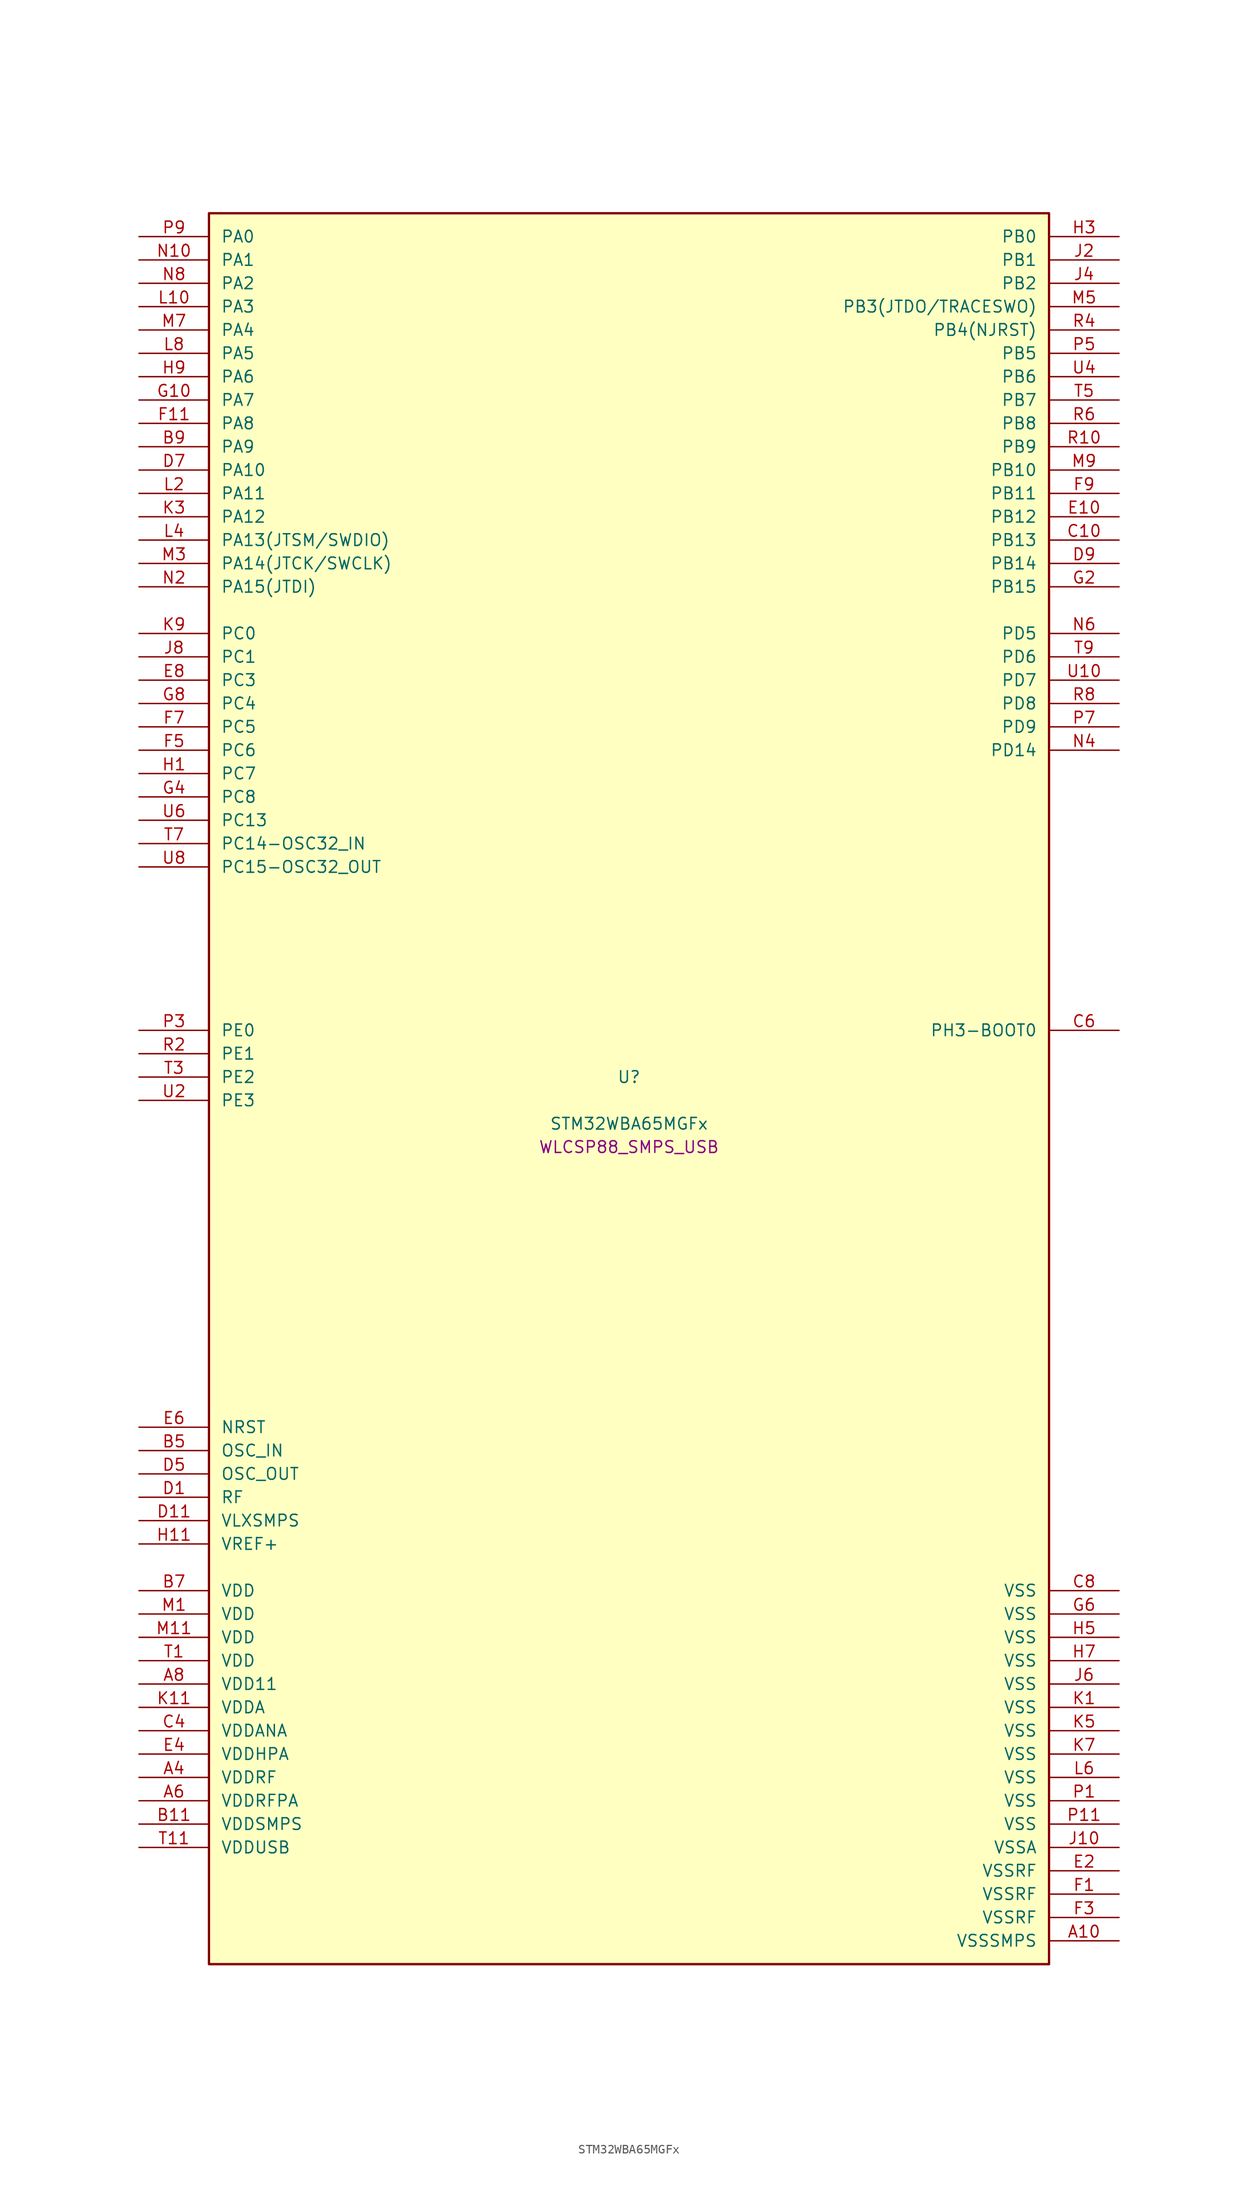
<source format=kicad_sym>
(kicad_symbol_lib
  (version 20241209)
  (generator "stm32_pkl_generator")
  (generator_version "1.0")
  (symbol "STM32WBA65MGFx"
    (pin_names
      (offset 1.27))
    (property "Reference" "U"
      (at 0 2.54 0))
    (property "Value" "STM32WBA65MGFx"
      (at 0 -2.54 0))
    (property "Footprint" "WLCSP88_SMPS_USB"
      (at 0 -5.08 0))
    (symbol "STM32WBA65MGFx_1_1"
      (rectangle (start -45.72 96.52) (end 45.72 -93.98) (stroke (width 0.254) (type solid)) (fill (type background)))
      (pin bidirectional line (at -53.34 93.98 0) (length 7.62) (name "PA0") (number "P9") (alternate "PA0/ADC4_IN9" bidirectional line) (alternate "PA0/COMP2_INP" bidirectional line) (alternate "PA0/LPTIM1_IN1" bidirectional line) (alternate "PA0/LPUART1_CTS" bidirectional line) (alternate "PA0/PWR_WKUP1" bidirectional line) (alternate "PA0/SPI3_SCK" bidirectional line) (alternate "PA0/TIM1_CH2N" bidirectional line) (alternate "PA0/TIM3_CH3" bidirectional line) (alternate "PA0/TIM3_ETR" bidirectional line) (alternate "PA0/TSC_G2_IO2" bidirectional line))
      (pin bidirectional line (at -53.34 91.44 0) (length 7.62) (name "PA1") (number "N10") (alternate "PA1/ADC4_IN8" bidirectional line) (alternate "PA1/COMP1_INM" bidirectional line) (alternate "PA1/LPTIM2_CH2" bidirectional line) (alternate "PA1/LPUART1_RX" bidirectional line) (alternate "PA1/PWR_WKUP3" bidirectional line) (alternate "PA1/SAI1_CK1" bidirectional line) (alternate "PA1/SPI1_RDY" bidirectional line) (alternate "PA1/SPI3_MISO" bidirectional line) (alternate "PA1/TIM17_CH1" bidirectional line) (alternate "PA1/TIM1_CH1N" bidirectional line) (alternate "PA1/TIM3_CH2" bidirectional line) (alternate "PA1/TSC_G2_IO1" bidirectional line) (alternate "PA1/USART1_CK" bidirectional line))
      (pin bidirectional line (at -53.34 88.9 0) (length 7.62) (name "PA2") (number "N8") (alternate "PA2/ADC4_IN7" bidirectional line) (alternate "PA2/COMP1_INP" bidirectional line) (alternate "PA2/LPUART1_TX" bidirectional line) (alternate "PA2/PWR_WKUP4" bidirectional line) (alternate "PA2/RCC_LSCO" bidirectional line) (alternate "PA2/SAI1_D1" bidirectional line) (alternate "PA2/TIM16_CH1" bidirectional line) (alternate "PA2/TIM1_BKIN" bidirectional line) (alternate "PA2/TIM3_CH1" bidirectional line) (alternate "PA2/TSC_G4_IO4" bidirectional line) (alternate "PA2/USART1_DE" bidirectional line) (alternate "PA2/USART1_RTS" bidirectional line))
      (pin bidirectional line (at -53.34 86.36 0) (length 7.62) (name "PA3") (number "L10") (alternate "PA3/ADC4_IN6" bidirectional line) (alternate "PA3/PWR_WKUP5" bidirectional line) (alternate "PA3/TIM16_CH1N" bidirectional line) (alternate "PA3/TSC_G4_IO2" bidirectional line) (alternate "PA3/USART1_DE" bidirectional line) (alternate "PA3/USART1_RTS" bidirectional line))
      (pin bidirectional line (at -53.34 83.82 0) (length 7.62) (name "PA4") (number "M7") (alternate "PA4/ADC4_IN5" bidirectional line) (alternate "PA4/AUDIOCLK" bidirectional line) (alternate "PA4/PWR_WKUP2" bidirectional line) (alternate "PA4/TAMP_IN6" bidirectional line) (alternate "PA4/TAMP_OUT3" bidirectional line) (alternate "PA4/TIM16_CH1" bidirectional line) (alternate "PA4/TSC_G4_IO1" bidirectional line) (alternate "PA4/USART1_CTS" bidirectional line))
      (pin bidirectional line (at -53.34 81.28 0) (length 7.62) (name "PA5") (number "L8") (alternate "PA5/ADC4_IN4" bidirectional line) (alternate "PA5/AUDIOCLK" bidirectional line) (alternate "PA5/LPTIM2_ETR" bidirectional line) (alternate "PA5/PWR_CSLEEP" bidirectional line) (alternate "PA5/PWR_WKUP6" bidirectional line) (alternate "PA5/SAI1_D2" bidirectional line) (alternate "PA5/SPI3_NSS" bidirectional line) (alternate "PA5/TIM2_CH1" bidirectional line) (alternate "PA5/TIM2_ETR" bidirectional line) (alternate "PA5/TSC_G1_IO4" bidirectional line) (alternate "PA5/USART1_CK" bidirectional line) (alternate "PA5/USART3_RX" bidirectional line))
      (pin bidirectional line (at -53.34 78.74 0) (length 7.62) (name "PA6") (number "H9") (alternate "PA6/ADC4_IN3" bidirectional line) (alternate "PA6/I2C3_SCL" bidirectional line) (alternate "PA6/PWR_CSTOP" bidirectional line) (alternate "PA6/PWR_WKUP7" bidirectional line) (alternate "PA6/SAI1_CK2" bidirectional line) (alternate "PA6/SAI1_MCLK_A" bidirectional line) (alternate "PA6/SPI3_RDY" bidirectional line) (alternate "PA6/TIM2_CH4" bidirectional line) (alternate "PA6/TSC_G1_IO3" bidirectional line) (alternate "PA6/USART1_DE" bidirectional line) (alternate "PA6/USART1_RTS" bidirectional line) (alternate "PA6/USART3_CTS" bidirectional line))
      (pin bidirectional line (at -53.34 76.2 0) (length 7.62) (name "PA7") (number "G10") (alternate "PA7/ADC4_IN2" bidirectional line) (alternate "PA7/COMP1_OUT" bidirectional line) (alternate "PA7/I2C3_SDA" bidirectional line) (alternate "PA7/PWR_WKUP8" bidirectional line) (alternate "PA7/SAI1_SCK_A" bidirectional line) (alternate "PA7/SPI3_SCK" bidirectional line) (alternate "PA7/TAMP_IN1" bidirectional line) (alternate "PA7/TAMP_OUT2" bidirectional line) (alternate "PA7/TIM2_CH3" bidirectional line) (alternate "PA7/TSC_G1_IO2" bidirectional line) (alternate "PA7/USART1_CTS" bidirectional line) (alternate "PA7/USART3_TX" bidirectional line))
      (pin bidirectional line (at -53.34 73.66 0) (length 7.62) (name "PA8") (number "F11") (alternate "PA8/ADC4_IN1" bidirectional line) (alternate "PA8/LPTIM1_CH2" bidirectional line) (alternate "PA8/RCC_MCO" bidirectional line) (alternate "PA8/SAI1_FS_A" bidirectional line) (alternate "PA8/SPI3_RDY" bidirectional line) (alternate "PA8/TIM2_CH2" bidirectional line) (alternate "PA8/TSC_G1_IO1" bidirectional line) (alternate "PA8/USART1_RX" bidirectional line) (alternate "PA8/USB_OTG_HS_SOF" bidirectional line))
      (pin bidirectional line (at -53.34 71.12 0) (length 7.62) (name "PA9") (number "B9") (alternate "PA9/LPUART1_DE" bidirectional line) (alternate "PA9/LPUART1_RTS" bidirectional line) (alternate "PA9/SAI1_CK1" bidirectional line) (alternate "PA9/SPI2_MISO" bidirectional line) (alternate "PA9/SPI2_SCK" bidirectional line) (alternate "PA9/TIM3_CH2" bidirectional line))
      (pin bidirectional line (at -53.34 68.58 0) (length 7.62) (name "PA10") (number "D7") (alternate "PA10/LPUART1_RX" bidirectional line) (alternate "PA10/SAI1_D1" bidirectional line) (alternate "PA10/SPI2_NSS" bidirectional line) (alternate "PA10/TIM3_CH1" bidirectional line))
      (pin bidirectional line (at -53.34 66.04 0) (length 7.62) (name "PA11") (number "L2") (alternate "PA11/LPTIM2_CH1" bidirectional line) (alternate "PA11/RF_ANTSW1" bidirectional line) (alternate "PA11/TIM1_CH1" bidirectional line) (alternate "PA11/USART2_RX" bidirectional line))
      (pin bidirectional line (at -53.34 63.5 0) (length 7.62) (name "PA12") (number "K3") (alternate "PA12/COMP2_OUT" bidirectional line) (alternate "PA12/PTA_STATUS" bidirectional line) (alternate "PA12/PWR_WKUP6" bidirectional line) (alternate "PA12/RF_ANTSW0" bidirectional line) (alternate "PA12/SPI1_NSS" bidirectional line) (alternate "PA12/TIM1_CH2" bidirectional line) (alternate "PA12/TSC_G3_IO4" bidirectional line) (alternate "PA12/USART2_TX" bidirectional line))
      (pin bidirectional line (at -53.34 60.96 0) (length 7.62) (name "PA13(JTSM/SWDIO)") (number "L4") (alternate "PA13(JTSM/SWDIO)/DEBUG_JTMS-SWDIO" bidirectional line) (alternate "PA13(JTSM/SWDIO)/IR_OUT" bidirectional line) (alternate "PA13(JTSM/SWDIO)/PTA_PRIORITY" bidirectional line))
      (pin bidirectional line (at -53.34 58.42 0) (length 7.62) (name "PA14(JTCK/SWCLK)") (number "M3") (alternate "PA14(JTCK/SWCLK)/COMP2_OUT" bidirectional line) (alternate "PA14(JTCK/SWCLK)/DEBUG_JTCK-SWCLK" bidirectional line) (alternate "PA14(JTCK/SWCLK)/I2C4_SMBA" bidirectional line) (alternate "PA14(JTCK/SWCLK)/PTA_STATUS" bidirectional line) (alternate "PA14(JTCK/SWCLK)/TAMP_IN3" bidirectional line) (alternate "PA14(JTCK/SWCLK)/TAMP_OUT6" bidirectional line) (alternate "PA14(JTCK/SWCLK)/USART2_TX" bidirectional line) (alternate "PA14(JTCK/SWCLK)/USB_OTG_HS_SOF" bidirectional line))
      (pin bidirectional line (at -53.34 55.88 0) (length 7.62) (name "PA15(JTDI)") (number "N2") (alternate "PA15(JTDI)/ADC4_EXTI15" bidirectional line) (alternate "PA15(JTDI)/DEBUG_JTDI" bidirectional line) (alternate "PA15(JTDI)/I2C1_SCL" bidirectional line) (alternate "PA15(JTDI)/LPTIM1_CH2" bidirectional line) (alternate "PA15(JTDI)/PTA_STATUS" bidirectional line) (alternate "PA15(JTDI)/SPI1_MOSI" bidirectional line) (alternate "PA15(JTDI)/TIM17_BKIN" bidirectional line) (alternate "PA15(JTDI)/TIM1_ETR" bidirectional line) (alternate "PA15(JTDI)/TSC_G3_IO3" bidirectional line) (alternate "PA15(JTDI)/USART2_DE" bidirectional line) (alternate "PA15(JTDI)/USART2_RTS" bidirectional line) (alternate "PA15(JTDI)/USART3_DE" bidirectional line) (alternate "PA15(JTDI)/USART3_RTS" bidirectional line))
      (pin bidirectional line (at 53.34 93.98 180) (length 7.62) (name "PB0") (number "H3") (alternate "PB0/LPTIM2_IN2" bidirectional line) (alternate "PB0/SPI2_MOSI" bidirectional line) (alternate "PB0/TIM1_CH3N" bidirectional line) (alternate "PB0/USART2_TX" bidirectional line) (alternate "PB0/USART3_CK" bidirectional line))
      (pin bidirectional line (at 53.34 91.44 180) (length 7.62) (name "PB1") (number "J2") (alternate "PB1/I2C1_SDA" bidirectional line) (alternate "PB1/I2C3_SDA" bidirectional line) (alternate "PB1/PWR_WKUP4" bidirectional line) (alternate "PB1/TIM1_CH2N" bidirectional line) (alternate "PB1/USART2_DE" bidirectional line) (alternate "PB1/USART2_RTS" bidirectional line) (alternate "PB1/USART3_DE" bidirectional line) (alternate "PB1/USART3_RTS" bidirectional line))
      (pin bidirectional line (at 53.34 88.9 180) (length 7.62) (name "PB2") (number "J4") (alternate "PB2/I2C1_SCL" bidirectional line) (alternate "PB2/I2C3_SCL" bidirectional line) (alternate "PB2/PWR_WKUP1" bidirectional line) (alternate "PB2/RF_ANTSW2" bidirectional line) (alternate "PB2/RTC_OUT2" bidirectional line) (alternate "PB2/TIM1_CH1N" bidirectional line) (alternate "PB2/USART2_CTS" bidirectional line))
      (pin bidirectional line (at 53.34 86.36 180) (length 7.62) (name "PB3(JTDO/TRACESWO)") (number "M5") (alternate "PB3(JTDO/TRACESWO)/DEBUG_JTDO-SWO" bidirectional line) (alternate "PB3(JTDO/TRACESWO)/I2C1_SDA" bidirectional line) (alternate "PB3(JTDO/TRACESWO)/LPTIM1_IN2" bidirectional line) (alternate "PB3(JTDO/TRACESWO)/PTA_ACTIVE" bidirectional line) (alternate "PB3(JTDO/TRACESWO)/SPI1_MISO" bidirectional line) (alternate "PB3(JTDO/TRACESWO)/TIM17_CH1N" bidirectional line) (alternate "PB3(JTDO/TRACESWO)/TIM1_CH4" bidirectional line) (alternate "PB3(JTDO/TRACESWO)/TSC_G3_IO2" bidirectional line) (alternate "PB3(JTDO/TRACESWO)/USART2_CK" bidirectional line))
      (pin bidirectional line (at 53.34 83.82 180) (length 7.62) (name "PB4(NJRST)") (number "R4") (alternate "PB4(NJRST)/DEBUG_NJTRST" bidirectional line) (alternate "PB4(NJRST)/LPTIM2_IN2" bidirectional line) (alternate "PB4(NJRST)/PTA_ACTIVE" bidirectional line) (alternate "PB4(NJRST)/PTA_PRIORITY" bidirectional line) (alternate "PB4(NJRST)/SAI1_MCLK_B" bidirectional line) (alternate "PB4(NJRST)/SPI1_SCK" bidirectional line) (alternate "PB4(NJRST)/TIM17_CH1" bidirectional line) (alternate "PB4(NJRST)/TIM1_CH3" bidirectional line) (alternate "PB4(NJRST)/TSC_G3_IO1" bidirectional line) (alternate "PB4(NJRST)/USART2_RX" bidirectional line))
      (pin bidirectional line (at 53.34 81.28 180) (length 7.62) (name "PB5") (number "P5") (alternate "PB5/LPUART1_TX" bidirectional line) (alternate "PB5/SAI1_D2" bidirectional line) (alternate "PB5/SAI1_FS_B" bidirectional line) (alternate "PB5/TIM3_CH1" bidirectional line) (alternate "PB5/TSC_G5_IO4" bidirectional line))
      (pin bidirectional line (at 53.34 78.74 180) (length 7.62) (name "PB6") (number "U4") (alternate "PB6/PWR_WKUP3" bidirectional line) (alternate "PB6/SAI1_SCK_B" bidirectional line) (alternate "PB6/TIM2_CH1" bidirectional line) (alternate "PB6/TIM2_ETR" bidirectional line) (alternate "PB6/TIM4_CH1" bidirectional line) (alternate "PB6/TSC_G5_IO3" bidirectional line))
      (pin bidirectional line (at 53.34 76.2 180) (length 7.62) (name "PB7") (number "T5") (alternate "PB7/PWR_WKUP5" bidirectional line) (alternate "PB7/SAI1_SD_B" bidirectional line) (alternate "PB7/TAMP_IN5" bidirectional line) (alternate "PB7/TAMP_OUT4" bidirectional line) (alternate "PB7/TIM1_CH4N" bidirectional line) (alternate "PB7/TIM4_CH2" bidirectional line) (alternate "PB7/TSC_G5_IO2" bidirectional line))
      (pin bidirectional line (at 53.34 73.66 180) (length 7.62) (name "PB8") (number "R6") (alternate "PB8/COMP1_OUT" bidirectional line) (alternate "PB8/LPTIM1_ETR" bidirectional line) (alternate "PB8/PWR_PVD_IN" bidirectional line) (alternate "PB8/SPI3_MOSI" bidirectional line) (alternate "PB8/TIM16_CH1N" bidirectional line) (alternate "PB8/TIM1_CH1" bidirectional line) (alternate "PB8/TIM3_ETR" bidirectional line) (alternate "PB8/TIM4_CH3" bidirectional line) (alternate "PB8/TSC_G2_IO4" bidirectional line) (alternate "PB8/USART2_RX" bidirectional line))
      (pin bidirectional line (at 53.34 71.12 180) (length 7.62) (name "PB9") (number "R10") (alternate "PB9/ADC4_IN10" bidirectional line) (alternate "PB9/COMP2_INM" bidirectional line) (alternate "PB9/IR_OUT" bidirectional line) (alternate "PB9/LPTIM2_IN1" bidirectional line) (alternate "PB9/LPUART1_DE" bidirectional line) (alternate "PB9/LPUART1_RTS" bidirectional line) (alternate "PB9/PWR_WKUP8" bidirectional line) (alternate "PB9/SPI2_NSS" bidirectional line) (alternate "PB9/SPI3_MISO" bidirectional line) (alternate "PB9/TIM16_CH1" bidirectional line) (alternate "PB9/TIM1_CH3N" bidirectional line) (alternate "PB9/TIM3_CH4" bidirectional line) (alternate "PB9/TIM4_CH4" bidirectional line) (alternate "PB9/TSC_G2_IO3" bidirectional line))
      (pin bidirectional line (at 53.34 68.58 180) (length 7.62) (name "PB10") (number "M9") (alternate "PB10/I2C2_SCL" bidirectional line) (alternate "PB10/I2C4_SCL" bidirectional line) (alternate "PB10/SPI2_SCK" bidirectional line) (alternate "PB10/TIM16_BKIN" bidirectional line) (alternate "PB10/TSC_G4_IO3" bidirectional line) (alternate "PB10/USART1_CK" bidirectional line) (alternate "PB10/USART3_TX" bidirectional line))
      (pin bidirectional line (at 53.34 66.04 180) (length 7.62) (name "PB11") (number "F9") (alternate "PB11/I2C2_SDA" bidirectional line) (alternate "PB11/I2C4_SDA" bidirectional line) (alternate "PB11/LPTIM1_CH1" bidirectional line) (alternate "PB11/LPTIM1_ETR" bidirectional line) (alternate "PB11/LPUART1_TX" bidirectional line) (alternate "PB11/SPI2_RDY" bidirectional line) (alternate "PB11/USART3_RX" bidirectional line))
      (pin bidirectional line (at 53.34 63.5 180) (length 7.62) (name "PB12") (number "E10") (alternate "PB12/I2C2_SMBA" bidirectional line) (alternate "PB12/SAI1_SD_A" bidirectional line) (alternate "PB12/SPI1_RDY" bidirectional line) (alternate "PB12/SPI2_NSS" bidirectional line) (alternate "PB12/TIM2_CH1" bidirectional line) (alternate "PB12/TIM2_ETR" bidirectional line) (alternate "PB12/TIM3_ETR" bidirectional line) (alternate "PB12/TSC_SYNC" bidirectional line) (alternate "PB12/USART1_TX" bidirectional line) (alternate "PB12/USART3_CK" bidirectional line))
      (pin bidirectional line (at 53.34 60.96 180) (length 7.62) (name "PB13") (number "C10") (alternate "PB13/I2C2_SCL" bidirectional line) (alternate "PB13/SPI2_SCK" bidirectional line) (alternate "PB13/TIM3_CH4" bidirectional line) (alternate "PB13/TSC_G6_IO2" bidirectional line) (alternate "PB13/USART3_CTS" bidirectional line))
      (pin bidirectional line (at 53.34 58.42 180) (length 7.62) (name "PB14") (number "D9") (alternate "PB14/I2C2_SDA" bidirectional line) (alternate "PB14/PWR_WKUP7" bidirectional line) (alternate "PB14/RTC_REFIN" bidirectional line) (alternate "PB14/SAI1_SD_A" bidirectional line) (alternate "PB14/SPI2_MISO" bidirectional line) (alternate "PB14/TIM3_CH3" bidirectional line) (alternate "PB14/TSC_G6_IO1" bidirectional line) (alternate "PB14/USART1_TX" bidirectional line) (alternate "PB14/USART3_DE" bidirectional line) (alternate "PB14/USART3_RTS" bidirectional line))
      (pin bidirectional line (at 53.34 55.88 180) (length 7.62) (name "PB15") (number "G2") (alternate "PB15/ADC4_EXTI15" bidirectional line) (alternate "PB15/I2C1_SMBA" bidirectional line) (alternate "PB15/I2C3_SMBA" bidirectional line) (alternate "PB15/LPUART1_CTS" bidirectional line) (alternate "PB15/PTA_GRANT" bidirectional line) (alternate "PB15/RF_EXTPABYP" bidirectional line) (alternate "PB15/TIM16_BKIN" bidirectional line) (alternate "PB15/TIM1_BKIN2" bidirectional line) (alternate "PB15/USART2_CTS" bidirectional line))
      (pin bidirectional line (at -53.34 50.8 0) (length 7.62) (name "PC0") (number "K9") (alternate "PC0/I2C3_SCL" bidirectional line) (alternate "PC0/LPTIM1_IN1" bidirectional line) (alternate "PC0/LPTIM2_IN1" bidirectional line) (alternate "PC0/LPUART1_RX" bidirectional line) (alternate "PC0/SPI2_RDY" bidirectional line))
      (pin bidirectional line (at -53.34 48.26 0) (length 7.62) (name "PC1") (number "J8") (alternate "PC1/I2C3_SDA" bidirectional line) (alternate "PC1/LPTIM1_CH1" bidirectional line) (alternate "PC1/LPUART1_TX" bidirectional line) (alternate "PC1/SAI1_SD_A" bidirectional line) (alternate "PC1/SPI2_MOSI" bidirectional line))
      (pin bidirectional line (at -53.34 45.72 0) (length 7.62) (name "PC3") (number "E8") (alternate "PC3/LPTIM1_ETR" bidirectional line) (alternate "PC3/LPTIM2_ETR" bidirectional line) (alternate "PC3/SAI1_D1" bidirectional line) (alternate "PC3/SAI1_SD_A" bidirectional line) (alternate "PC3/SPI2_MOSI" bidirectional line) (alternate "PC3/SPI3_MOSI" bidirectional line) (alternate "PC3/TIM3_CH1" bidirectional line))
      (pin bidirectional line (at -53.34 43.18 0) (length 7.62) (name "PC4") (number "G8") (alternate "PC4/LPTIM2_CH2" bidirectional line) (alternate "PC4/SAI1_D2" bidirectional line) (alternate "PC4/SAI1_FS_A" bidirectional line) (alternate "PC4/SPI3_MISO" bidirectional line) (alternate "PC4/TIM3_CH2" bidirectional line) (alternate "PC4/USART3_TX" bidirectional line))
      (pin bidirectional line (at -53.34 40.64 0) (length 7.62) (name "PC5") (number "F7") (alternate "PC5/SAI1_D3" bidirectional line) (alternate "PC5/SAI1_SD_B" bidirectional line) (alternate "PC5/TIM1_CH4N" bidirectional line) (alternate "PC5/USART3_RX" bidirectional line))
      (pin bidirectional line (at -53.34 38.1 0) (length 7.62) (name "PC6") (number "F5") (alternate "PC6/PWR_CSLEEP" bidirectional line) (alternate "PC6/TIM3_CH1" bidirectional line))
      (pin bidirectional line (at -53.34 35.56 0) (length 7.62) (name "PC7") (number "H1") (alternate "PC7/LPTIM2_CH2" bidirectional line) (alternate "PC7/PWR_CSTOP" bidirectional line) (alternate "PC7/TIM3_CH2" bidirectional line) (alternate "PC7/USART2_DE" bidirectional line) (alternate "PC7/USART2_RTS" bidirectional line))
      (pin bidirectional line (at -53.34 33.02 0) (length 7.62) (name "PC8") (number "G4") (alternate "PC8/TIM3_CH3" bidirectional line) (alternate "PC8/USART2_RX" bidirectional line))
      (pin bidirectional line (at -53.34 30.48 0) (length 7.62) (name "PC13") (number "U6") (alternate "PC13/PWR_WKUP2" bidirectional line) (alternate "PC13/RTC_OUT1" bidirectional line) (alternate "PC13/RTC_TS" bidirectional line) (alternate "PC13/TAMP_IN4" bidirectional line) (alternate "PC13/TAMP_OUT5" bidirectional line) (alternate "PC13/TIM1_BKIN2" bidirectional line) (alternate "PC13/TSC_G5_IO1" bidirectional line))
      (pin bidirectional line (at -53.34 27.94 0) (length 7.62) (name "PC14-OSC32_IN") (number "T7") (alternate "PC14-OSC32_IN/RCC_OSC32_IN" bidirectional line))
      (pin bidirectional line (at -53.34 25.4 0) (length 7.62) (name "PC15-OSC32_OUT") (number "U8") (alternate "PC15-OSC32_OUT/ADC4_EXTI15" bidirectional line) (alternate "PC15-OSC32_OUT/RCC_OSC32_OUT" bidirectional line))
      (pin bidirectional line (at 53.34 50.8 180) (length 7.62) (name "PD5") (number "N6") (alternate "PD5/SAI1_D1" bidirectional line) (alternate "PD5/SAI1_SD_A" bidirectional line) (alternate "PD5/SPI3_MOSI" bidirectional line) (alternate "PD5/USART2_RX" bidirectional line))
      (pin bidirectional line (at 53.34 48.26 180) (length 7.62) (name "PD6") (number "T9") (alternate "PD6/USB_OTG_HS_DP" bidirectional line))
      (pin bidirectional line (at 53.34 45.72 180) (length 7.62) (name "PD7") (number "U10") (alternate "PD7/USB_OTG_HS_DM" bidirectional line))
      (pin bidirectional line (at 53.34 43.18 180) (length 7.62) (name "PD8") (number "R8") (alternate "PD8/USART2_CK" bidirectional line) (alternate "PD8/USB_OTG_HS_ID" bidirectional line))
      (pin bidirectional line (at 53.34 40.64 180) (length 7.62) (name "PD9") (number "P7") (alternate "PD9/USART2_TX" bidirectional line) (alternate "PD9/USART3_TX" bidirectional line) (alternate "PD9/USB_OTG_HS_VBUS" bidirectional line))
      (pin bidirectional line (at 53.34 38.1 180) (length 7.62) (name "PD14") (number "N4") (alternate "PD14/DEBUG_TRACED3" bidirectional line) (alternate "PD14/TIM4_CH3" bidirectional line))
      (pin bidirectional line (at -53.34 7.62 0) (length 7.62) (name "PE0") (number "P3") (alternate "PE0/DEBUG_TRACECLK" bidirectional line) (alternate "PE0/TIM16_CH1" bidirectional line) (alternate "PE0/TIM4_ETR" bidirectional line) (alternate "PE0/TSC_G7_IO4" bidirectional line))
      (pin bidirectional line (at -53.34 5.08 0) (length 7.62) (name "PE1") (number "R2") (alternate "PE1/DEBUG_TRACED0" bidirectional line) (alternate "PE1/TIM17_CH1" bidirectional line) (alternate "PE1/TSC_G7_IO3" bidirectional line))
      (pin bidirectional line (at -53.34 2.54 0) (length 7.62) (name "PE2") (number "T3") (alternate "PE2/DEBUG_TRACED1" bidirectional line) (alternate "PE2/SAI1_CK1" bidirectional line) (alternate "PE2/SAI1_MCLK_A" bidirectional line) (alternate "PE2/TIM3_ETR" bidirectional line) (alternate "PE2/TSC_G7_IO2" bidirectional line))
      (pin bidirectional line (at -53.34 0 0) (length 7.62) (name "PE3") (number "U2") (alternate "PE3/DEBUG_TRACED2" bidirectional line) (alternate "PE3/SAI1_SD_B" bidirectional line) (alternate "PE3/TIM3_CH1" bidirectional line) (alternate "PE3/TSC_G7_IO1" bidirectional line))
      (pin bidirectional line (at 53.34 7.62 180) (length 7.62) (name "PH3-BOOT0") (number "C6") (alternate "PH3-BOOT0/PTA_GRANT" bidirectional line) (alternate "PH3-BOOT0/RF_EXTPABYP" bidirectional line) (alternate "PH3-BOOT0/TAMP_IN2" bidirectional line) (alternate "PH3-BOOT0/TAMP_OUT1" bidirectional line))
      (pin input line (at -53.34 -35.56 0) (length 7.62) (name "NRST") (number "E6"))
      (pin bidirectional line (at -53.34 -38.1 0) (length 7.62) (name "OSC_IN") (number "B5") (alternate "OSC_IN/RCC_OSC_IN" bidirectional line))
      (pin bidirectional line (at -53.34 -40.64 0) (length 7.62) (name "OSC_OUT") (number "D5") (alternate "OSC_OUT/RCC_OSC_OUT" bidirectional line))
      (pin bidirectional line (at -53.34 -43.18 0) (length 7.62) (name "RF") (number "D1"))
      (pin power_in line (at -53.34 -45.72 0) (length 7.62) (name "VLXSMPS") (number "D11"))
      (pin bidirectional line (at -53.34 -48.26 0) (length 7.62) (name "VREF+") (number "H11"))
      (pin power_in line (at -53.34 -53.34 0) (length 7.62) (name "VDD") (number "B7"))
      (pin power_in line (at -53.34 -55.88 0) (length 7.62) (name "VDD") (number "M1"))
      (pin power_in line (at -53.34 -58.42 0) (length 7.62) (name "VDD") (number "M11"))
      (pin power_in line (at -53.34 -60.96 0) (length 7.62) (name "VDD") (number "T1"))
      (pin power_in line (at -53.34 -63.5 0) (length 7.62) (name "VDD11") (number "A8"))
      (pin power_in line (at -53.34 -66.04 0) (length 7.62) (name "VDDA") (number "K11"))
      (pin power_in line (at -53.34 -68.58 0) (length 7.62) (name "VDDANA") (number "C4"))
      (pin power_in line (at -53.34 -71.12 0) (length 7.62) (name "VDDHPA") (number "E4"))
      (pin power_in line (at -53.34 -73.66 0) (length 7.62) (name "VDDRF") (number "A4"))
      (pin power_in line (at -53.34 -76.2 0) (length 7.62) (name "VDDRFPA") (number "A6"))
      (pin power_in line (at -53.34 -78.74 0) (length 7.62) (name "VDDSMPS") (number "B11"))
      (pin power_in line (at -53.34 -81.28 0) (length 7.62) (name "VDDUSB") (number "T11"))
      (pin power_in line (at 53.34 -53.34 180) (length 7.62) (name "VSS") (number "C8"))
      (pin power_in line (at 53.34 -55.88 180) (length 7.62) (name "VSS") (number "G6"))
      (pin power_in line (at 53.34 -58.42 180) (length 7.62) (name "VSS") (number "H5"))
      (pin power_in line (at 53.34 -60.96 180) (length 7.62) (name "VSS") (number "H7"))
      (pin power_in line (at 53.34 -63.5 180) (length 7.62) (name "VSS") (number "J6"))
      (pin power_in line (at 53.34 -66.04 180) (length 7.62) (name "VSS") (number "K1"))
      (pin power_in line (at 53.34 -68.58 180) (length 7.62) (name "VSS") (number "K5"))
      (pin power_in line (at 53.34 -71.12 180) (length 7.62) (name "VSS") (number "K7"))
      (pin power_in line (at 53.34 -73.66 180) (length 7.62) (name "VSS") (number "L6"))
      (pin power_in line (at 53.34 -76.2 180) (length 7.62) (name "VSS") (number "P1"))
      (pin power_in line (at 53.34 -78.74 180) (length 7.62) (name "VSS") (number "P11"))
      (pin power_in line (at 53.34 -81.28 180) (length 7.62) (name "VSSA") (number "J10"))
      (pin power_in line (at 53.34 -83.82 180) (length 7.62) (name "VSSRF") (number "E2"))
      (pin power_in line (at 53.34 -86.36 180) (length 7.62) (name "VSSRF") (number "F1"))
      (pin power_in line (at 53.34 -88.9 180) (length 7.62) (name "VSSRF") (number "F3"))
      (pin power_in line (at 53.34 -91.44 180) (length 7.62) (name "VSSSMPS") (number "A10")))))
</source>
